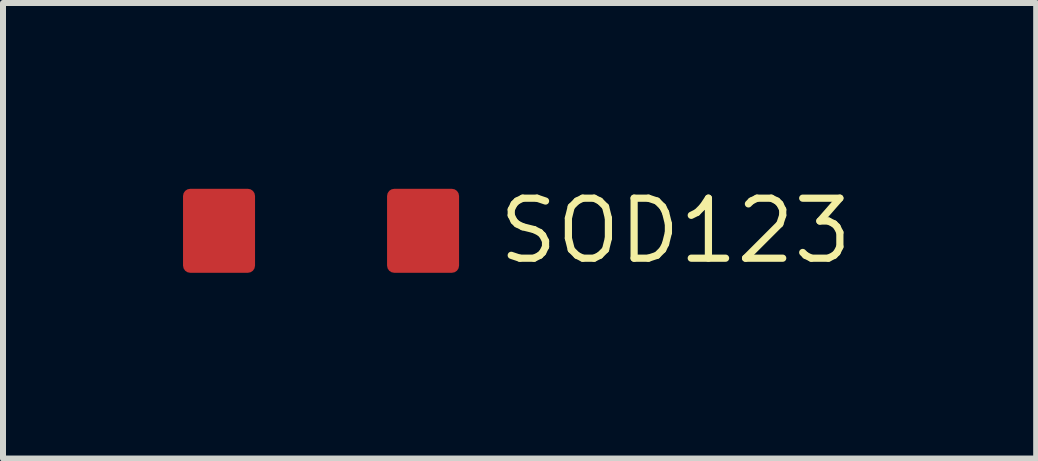
<source format=kicad_pcb>
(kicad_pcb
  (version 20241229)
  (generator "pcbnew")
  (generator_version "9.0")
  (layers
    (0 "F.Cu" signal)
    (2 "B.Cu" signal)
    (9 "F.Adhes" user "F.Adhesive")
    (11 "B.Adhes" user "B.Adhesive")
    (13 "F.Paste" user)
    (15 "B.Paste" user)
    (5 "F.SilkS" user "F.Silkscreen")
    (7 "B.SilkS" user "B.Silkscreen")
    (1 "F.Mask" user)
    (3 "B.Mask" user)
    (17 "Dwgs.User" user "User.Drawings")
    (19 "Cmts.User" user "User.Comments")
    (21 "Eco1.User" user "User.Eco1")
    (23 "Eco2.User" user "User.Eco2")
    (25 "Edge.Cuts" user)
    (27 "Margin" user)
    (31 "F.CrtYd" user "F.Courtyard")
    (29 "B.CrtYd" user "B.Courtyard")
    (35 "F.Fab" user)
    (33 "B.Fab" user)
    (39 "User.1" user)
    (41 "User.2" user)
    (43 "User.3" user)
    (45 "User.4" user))
  (footprint "SOD123"
    (layer "F.Cu")
    (at 2.3 0.796)
    (property "Reference" "SOD123" (at 2.9 0 0) (layer "F.SilkS") (effects (font (size 1 1) (thickness 0.12)) (justify left)))
    (attr through_hole)
    (pad "1" smd roundrect (at -1.7 0) (size 1.2 1.4) (layers "F.Cu" "F.Mask" "F.Paste") (roundrect_rratio 0.1))
    (pad "2" smd roundrect (at 1.7 0) (size 1.2 1.4) (layers "F.Cu" "F.Mask" "F.Paste") (roundrect_rratio 0.1)))
  (gr_rect
    (start -3 -3)
    (end 14.217 4.591)
    (stroke (width 0.1) (type default))
    (fill no)
    (layer "Edge.Cuts")))
</source>
